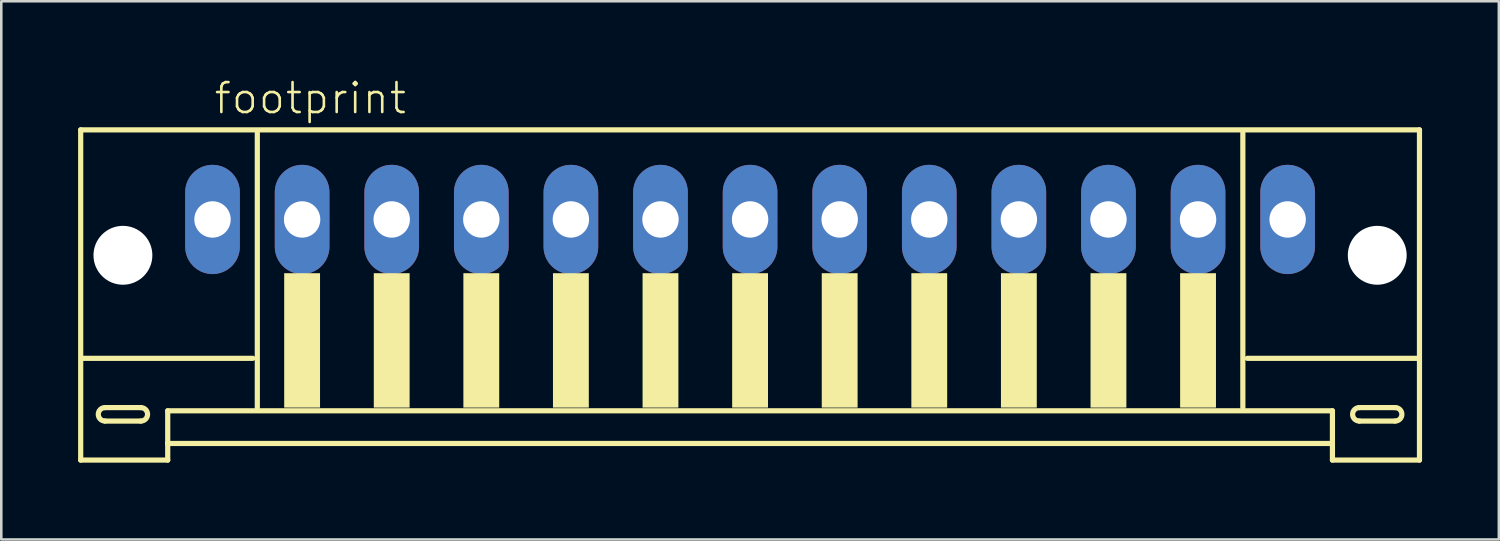
<source format=kicad_pcb>
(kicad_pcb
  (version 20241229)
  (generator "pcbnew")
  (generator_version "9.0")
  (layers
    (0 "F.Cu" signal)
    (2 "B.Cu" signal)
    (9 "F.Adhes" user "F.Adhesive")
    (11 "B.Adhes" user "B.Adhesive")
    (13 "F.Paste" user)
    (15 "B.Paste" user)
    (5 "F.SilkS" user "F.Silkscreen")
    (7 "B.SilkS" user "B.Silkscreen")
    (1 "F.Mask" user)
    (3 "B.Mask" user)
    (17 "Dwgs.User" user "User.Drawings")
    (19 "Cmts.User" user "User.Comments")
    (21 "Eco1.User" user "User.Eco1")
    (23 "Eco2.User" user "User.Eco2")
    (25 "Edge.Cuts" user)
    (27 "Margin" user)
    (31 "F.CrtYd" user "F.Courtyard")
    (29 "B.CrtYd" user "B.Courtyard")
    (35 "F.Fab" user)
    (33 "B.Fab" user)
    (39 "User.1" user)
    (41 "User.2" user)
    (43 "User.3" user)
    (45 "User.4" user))
  (footprint "footprint"
    (layer "F.Cu")
    (at 26.252 7.273)
    (property "Reference" "footprint" (at -21 -5.8 0) (layer "F.SilkS") (effects (font (size 1.168 1.168) (thickness 0.102)) (justify left bottom)))
    (fp_line (start -26.15 -5.25) (end -26.15 7.65) (stroke (width 0.203) (type solid)) (layer "F.SilkS"))
    (fp_line (start -26.15 7.65) (end -22.75 7.65) (stroke (width 0.203) (type solid)) (layer "F.SilkS"))
    (fp_line (start -25.2 5.6) (end -23.8 5.6) (stroke (width 0.203) (type solid)) (layer "F.SilkS"))
    (fp_line (start -23.8 6.125) (end -25.2 6.125) (stroke (width 0.203) (type solid)) (layer "F.SilkS"))
    (fp_line (start -22.75 5.725) (end 22.75 5.725) (stroke (width 0.203) (type solid)) (layer "F.SilkS"))
    (fp_line (start -22.75 7) (end -22.75 5.725) (stroke (width 0.203) (type solid)) (layer "F.SilkS"))
    (fp_line (start -22.75 7) (end 22.75 7) (stroke (width 0.203) (type solid)) (layer "F.SilkS"))
    (fp_line (start -22.75 7.65) (end -22.75 7) (stroke (width 0.203) (type solid)) (layer "F.SilkS"))
    (fp_line (start -19.425 3.675) (end -26.075 3.675) (stroke (width 0.203) (type solid)) (layer "F.SilkS"))
    (fp_line (start -19.25 -5.125) (end -19.25 5.6) (stroke (width 0.203) (type solid)) (layer "F.SilkS"))
    (fp_line (start 19.25 5.6) (end 19.25 -5.125) (stroke (width 0.203) (type solid)) (layer "F.SilkS"))
    (fp_line (start 22.75 5.725) (end 22.75 7) (stroke (width 0.203) (type solid)) (layer "F.SilkS"))
    (fp_line (start 22.75 7) (end 22.75 7.65) (stroke (width 0.203) (type solid)) (layer "F.SilkS"))
    (fp_line (start 22.75 7.65) (end 26.15 7.65) (stroke (width 0.203) (type solid)) (layer "F.SilkS"))
    (fp_line (start 23.8 5.6) (end 25.2 5.6) (stroke (width 0.203) (type solid)) (layer "F.SilkS"))
    (fp_line (start 25.2 6.125) (end 23.8 6.125) (stroke (width 0.203) (type solid)) (layer "F.SilkS"))
    (fp_line (start 26.075 3.675) (end 19.425 3.675) (stroke (width 0.203) (type solid)) (layer "F.SilkS"))
    (fp_line (start 26.15 -5.25) (end -26.15 -5.25) (stroke (width 0.203) (type solid)) (layer "F.SilkS"))
    (fp_line (start 26.15 7.65) (end 26.15 -5.25) (stroke (width 0.203) (type solid)) (layer "F.SilkS"))
    (fp_arc (start -25.2 6.125) (mid -25.4625 5.8625) (end -25.2 5.6) (stroke (width 0.2032) (type solid)) (layer "F.SilkS"))
    (fp_arc (start -23.8 5.6) (mid -23.5375 5.8625) (end -23.8 6.125) (stroke (width 0.2032) (type solid)) (layer "F.SilkS"))
    (fp_arc (start 23.8 6.125) (mid 23.5375 5.8625) (end 23.8 5.6) (stroke (width 0.2032) (type solid)) (layer "F.SilkS"))
    (fp_arc (start 25.2 5.6) (mid 25.4625 5.8625) (end 25.2 6.125) (stroke (width 0.2032) (type solid)) (layer "F.SilkS"))
    (fp_poly (pts (xy -18.2 5.6) (xy -16.8 5.6) (xy -16.8 0.35) (xy -18.2 0.35)) (stroke (width 0) (type solid)) (fill yes) (layer "F.SilkS"))
    (fp_poly (pts (xy -14.7 5.6) (xy -13.3 5.6) (xy -13.3 0.35) (xy -14.7 0.35)) (stroke (width 0) (type solid)) (fill yes) (layer "F.SilkS"))
    (fp_poly (pts (xy -11.2 5.6) (xy -9.8 5.6) (xy -9.8 0.35) (xy -11.2 0.35)) (stroke (width 0) (type solid)) (fill yes) (layer "F.SilkS"))
    (fp_poly (pts (xy -7.7 5.6) (xy -6.3 5.6) (xy -6.3 0.35) (xy -7.7 0.35)) (stroke (width 0) (type solid)) (fill yes) (layer "F.SilkS"))
    (fp_poly (pts (xy -4.2 5.6) (xy -2.8 5.6) (xy -2.8 0.35) (xy -4.2 0.35)) (stroke (width 0) (type solid)) (fill yes) (layer "F.SilkS"))
    (fp_poly (pts (xy -0.7 5.6) (xy 0.7 5.6) (xy 0.7 0.35) (xy -0.7 0.35)) (stroke (width 0) (type solid)) (fill yes) (layer "F.SilkS"))
    (fp_poly (pts (xy 2.8 5.6) (xy 4.2 5.6) (xy 4.2 0.35) (xy 2.8 0.35)) (stroke (width 0) (type solid)) (fill yes) (layer "F.SilkS"))
    (fp_poly (pts (xy 6.3 5.6) (xy 7.7 5.6) (xy 7.7 0.35) (xy 6.3 0.35)) (stroke (width 0) (type solid)) (fill yes) (layer "F.SilkS"))
    (fp_poly (pts (xy 9.8 5.6) (xy 11.2 5.6) (xy 11.2 0.35) (xy 9.8 0.35)) (stroke (width 0) (type solid)) (fill yes) (layer "F.SilkS"))
    (fp_poly (pts (xy 13.3 5.6) (xy 14.7 5.6) (xy 14.7 0.35) (xy 13.3 0.35)) (stroke (width 0) (type solid)) (fill yes) (layer "F.SilkS"))
    (fp_poly (pts (xy 16.8 5.6) (xy 18.2 5.6) (xy 18.2 0.35) (xy 16.8 0.35)) (stroke (width 0) (type solid)) (fill yes) (layer "F.SilkS"))
    (pad "" np_thru_hole circle (at -24.5 -0.35) (size 2.3 2.3) (drill 2.3) (layers "*.Cu" "*.Mask"))
    (pad "" np_thru_hole circle (at 24.5 -0.35) (size 2.3 2.3) (drill 2.3) (layers "*.Cu" "*.Mask"))
    (pad "1" thru_hole oval (at -21 -1.75 90) (size 4.267 2.134) (drill 1.422) (layers "*.Cu" "*.Mask"))
    (pad "2" thru_hole oval (at -17.5 -1.75 90) (size 4.267 2.134) (drill 1.422) (layers "*.Cu" "*.Mask"))
    (pad "3" thru_hole oval (at -14 -1.75 90) (size 4.267 2.134) (drill 1.422) (layers "*.Cu" "*.Mask"))
    (pad "4" thru_hole oval (at -10.5 -1.75 90) (size 4.267 2.134) (drill 1.422) (layers "*.Cu" "*.Mask"))
    (pad "5" thru_hole oval (at -7 -1.75 90) (size 4.267 2.134) (drill 1.422) (layers "*.Cu" "*.Mask"))
    (pad "6" thru_hole oval (at -3.5 -1.75 90) (size 4.267 2.134) (drill 1.422) (layers "*.Cu" "*.Mask"))
    (pad "7" thru_hole oval (at 0 -1.75 90) (size 4.267 2.134) (drill 1.422) (layers "*.Cu" "*.Mask"))
    (pad "8" thru_hole oval (at 3.5 -1.75 90) (size 4.267 2.134) (drill 1.422) (layers "*.Cu" "*.Mask"))
    (pad "9" thru_hole oval (at 7 -1.75 90) (size 4.267 2.134) (drill 1.422) (layers "*.Cu" "*.Mask"))
    (pad "10" thru_hole oval (at 10.5 -1.75 90) (size 4.267 2.134) (drill 1.422) (layers "*.Cu" "*.Mask"))
    (pad "11" thru_hole oval (at 14 -1.75 90) (size 4.267 2.134) (drill 1.422) (layers "*.Cu" "*.Mask"))
    (pad "12" thru_hole oval (at 17.5 -1.75 90) (size 4.267 2.134) (drill 1.422) (layers "*.Cu" "*.Mask"))
    (pad "13" thru_hole oval (at 21 -1.75 90) (size 4.267 2.134) (drill 1.422) (layers "*.Cu" "*.Mask")))
  (gr_rect
    (start -3 -3)
    (end 55.503 18.025)
    (stroke (width 0.1) (type default))
    (fill no)
    (layer "Edge.Cuts")))
</source>
